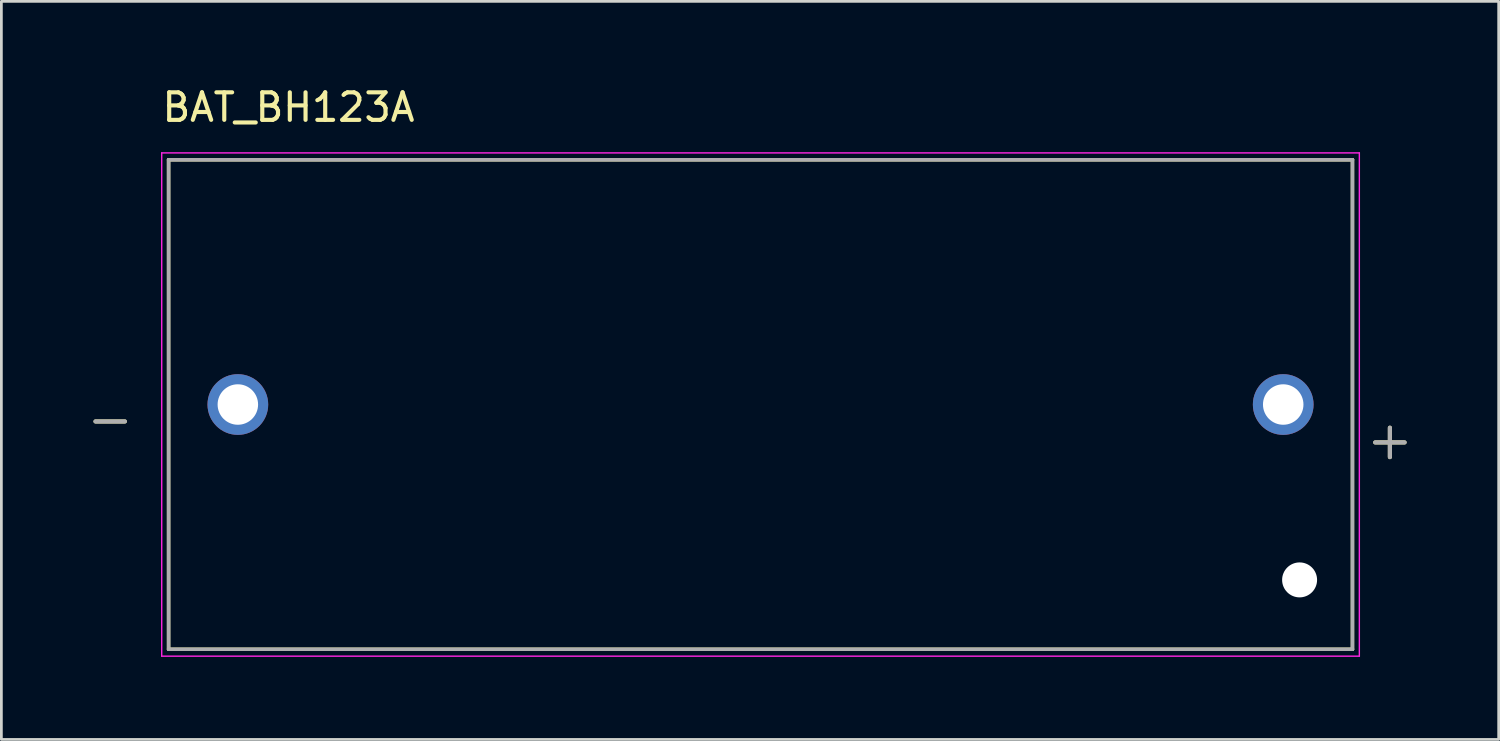
<source format=kicad_pcb>
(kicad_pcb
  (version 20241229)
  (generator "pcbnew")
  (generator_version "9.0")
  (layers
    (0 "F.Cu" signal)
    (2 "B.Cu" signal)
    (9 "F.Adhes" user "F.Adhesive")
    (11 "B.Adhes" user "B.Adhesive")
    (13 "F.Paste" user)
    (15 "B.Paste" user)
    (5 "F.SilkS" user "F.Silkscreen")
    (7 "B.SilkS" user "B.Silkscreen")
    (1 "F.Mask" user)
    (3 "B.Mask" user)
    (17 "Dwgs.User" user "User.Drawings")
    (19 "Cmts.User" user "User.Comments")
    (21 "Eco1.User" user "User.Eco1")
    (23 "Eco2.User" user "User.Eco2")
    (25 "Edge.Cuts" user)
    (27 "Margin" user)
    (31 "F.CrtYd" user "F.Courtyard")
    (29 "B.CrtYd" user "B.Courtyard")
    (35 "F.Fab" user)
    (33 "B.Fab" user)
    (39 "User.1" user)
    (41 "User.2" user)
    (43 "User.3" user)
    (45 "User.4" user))
  (footprint "BAT_BH123A"
    (layer "F.Cu")
    (at 24.574 11.643)
    (property "Reference" "BAT_BH123A" (at -17.145 -10.795 0) (layer "F.SilkS") (effects (font (size 1 1) (thickness 0.15))))
    (attr through_hole)
    (fp_line (start -21.5 -8.89) (end 21.5 -8.89) (stroke (width 0.127) (type solid)) (layer "F.SilkS"))
    (fp_line (start -21.5 8.89) (end -21.5 -8.89) (stroke (width 0.127) (type solid)) (layer "F.SilkS"))
    (fp_line (start 21.5 -8.89) (end 21.5 8.89) (stroke (width 0.127) (type solid)) (layer "F.SilkS"))
    (fp_line (start 21.5 8.89) (end -21.5 8.89) (stroke (width 0.127) (type solid)) (layer "F.SilkS"))
    (fp_line (start -21.75 -9.14) (end 21.75 -9.14) (stroke (width 0.05) (type solid)) (layer "F.CrtYd"))
    (fp_line (start -21.75 9.14) (end -21.75 -9.14) (stroke (width 0.05) (type solid)) (layer "F.CrtYd"))
    (fp_line (start 21.75 -9.14) (end 21.75 9.14) (stroke (width 0.05) (type solid)) (layer "F.CrtYd"))
    (fp_line (start 21.75 9.14) (end -21.75 9.14) (stroke (width 0.05) (type solid)) (layer "F.CrtYd"))
    (fp_line (start -21.5 -8.89) (end 21.5 -8.89) (stroke (width 0.127) (type solid)) (layer "F.Fab"))
    (fp_line (start -21.5 8.89) (end -21.5 -8.89) (stroke (width 0.127) (type solid)) (layer "F.Fab"))
    (fp_line (start 21.5 -8.89) (end 21.5 8.89) (stroke (width 0.127) (type solid)) (layer "F.Fab"))
    (fp_line (start 21.5 8.89) (end -21.5 8.89) (stroke (width 0.127) (type solid)) (layer "F.Fab"))
    (fp_text user "-" (at -23.622 0.508 0) (layer "F.SilkS") (effects (font (size 1.4 1.4) (thickness 0.15))))
    (fp_text user "+" (at 22.86 1.27 0) (layer "F.SilkS") (effects (font (size 1.4 1.4) (thickness 0.15))))
    (fp_text user "-" (at -23.622 0.508 0) (layer "F.Fab") (effects (font (size 1.4 1.4) (thickness 0.15))))
    (fp_text user "+" (at 22.86 1.27 0) (layer "F.Fab") (effects (font (size 1.4 1.4) (thickness 0.15))))
    (pad "" np_thru_hole circle (at 19.58 6.37) (size 1.27 1.27) (drill 1.27) (layers "*.Cu" "*.Mask"))
    (pad "N" thru_hole circle (at -18.985 0) (size 2.205 2.205) (drill 1.47) (layers "*.Cu" "*.Mask"))
    (pad "P" thru_hole circle (at 18.985 0) (size 2.205 2.205) (drill 1.47) (layers "*.Cu" "*.Mask")))
  (gr_rect
    (start -3 -3)
    (end 51.385 23.808)
    (stroke (width 0.1) (type default))
    (fill no)
    (layer "Edge.Cuts")))
</source>
